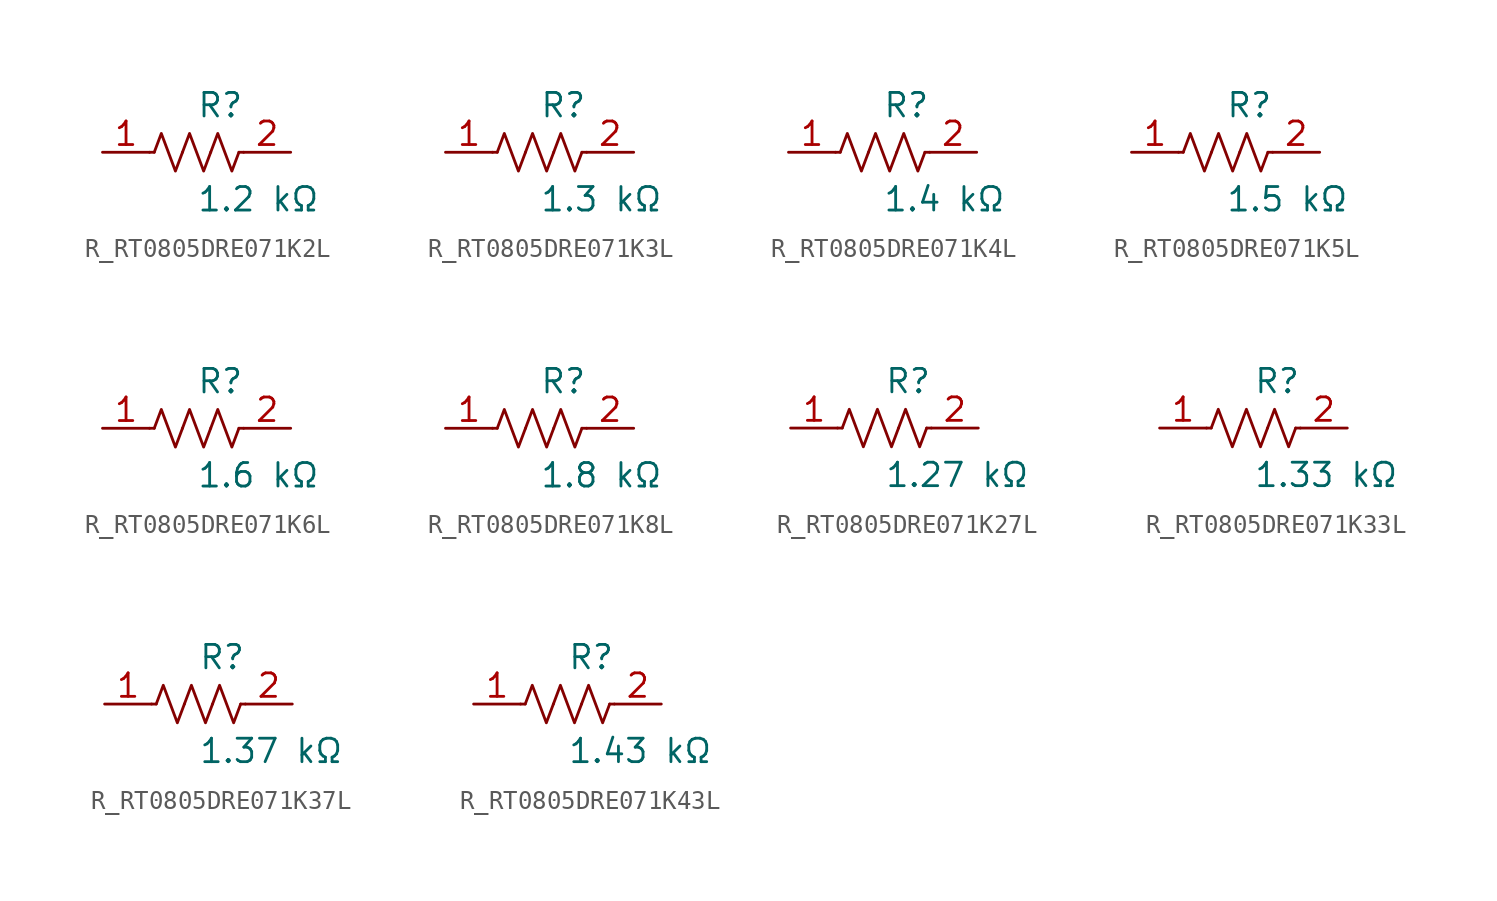
<source format=kicad_sym>
(kicad_symbol_lib
  (version 20231120)
  (generator kicad_symbol_editor)
  (generator_version 8.0)
  (symbol "R_RT0805DRE071K2L"
    (pin_names
      (offset 0.254))
    (property "Reference" "R"
      (at 0 2.54 0)
      (effects (font (size 1.27 1.27)) (justify left)))
    (property "Value" "1.2 kΩ"
      (at 0 -2.54 0)
      (effects (font (size 1.27 1.27)) (justify left)))
    (symbol "R_RT0805DRE071K2L_0_1"
      (polyline (pts (xy 2.286 0) (xy 2.54 0)) (stroke (width 0) (type default)) (fill (type none)))
      (polyline (pts (xy -2.286 0) (xy -2.54 0)) (stroke (width 0) (type default)) (fill (type none)))
      (polyline (pts (xy 0.762 0) (xy 1.143 1.016) (xy 1.524 0) (xy 1.905 -1.016) (xy 2.286 0)) (stroke (width 0) (type default)) (fill (type none)))
      (polyline (pts (xy -0.762 0) (xy -0.381 1.016) (xy 0 0) (xy 0.381 -1.016) (xy 0.762 0)) (stroke (width 0) (type default)) (fill (type none)))
      (polyline (pts (xy -2.286 0) (xy -1.905 1.016) (xy -1.524 0) (xy -1.143 -1.016) (xy -0.762 0)) (stroke (width 0) (type default)) (fill (type none))))
    (pin passive line
      (at -5.08 0 0)
      (length 2.54)
      (name "" (effects (font (size 1.27 1.27))))
      (number "1" (effects (font (size 1.27 1.27)))))
    (pin passive line
      (at 5.08 0 180)
      (length 2.54)
      (name "" (effects (font (size 1.27 1.27))))
      (number "2" (effects (font (size 1.27 1.27))))))
  (symbol "R_RT0805DRE071K3L"
    (pin_names
      (offset 0.254))
    (property "Reference" "R"
      (at 0 2.54 0)
      (effects (font (size 1.27 1.27)) (justify left)))
    (property "Value" "1.3 kΩ"
      (at 0 -2.54 0)
      (effects (font (size 1.27 1.27)) (justify left)))
    (symbol "R_RT0805DRE071K3L_0_1"
      (polyline (pts (xy 2.286 0) (xy 2.54 0)) (stroke (width 0) (type default)) (fill (type none)))
      (polyline (pts (xy -2.286 0) (xy -2.54 0)) (stroke (width 0) (type default)) (fill (type none)))
      (polyline (pts (xy 0.762 0) (xy 1.143 1.016) (xy 1.524 0) (xy 1.905 -1.016) (xy 2.286 0)) (stroke (width 0) (type default)) (fill (type none)))
      (polyline (pts (xy -0.762 0) (xy -0.381 1.016) (xy 0 0) (xy 0.381 -1.016) (xy 0.762 0)) (stroke (width 0) (type default)) (fill (type none)))
      (polyline (pts (xy -2.286 0) (xy -1.905 1.016) (xy -1.524 0) (xy -1.143 -1.016) (xy -0.762 0)) (stroke (width 0) (type default)) (fill (type none))))
    (pin passive line
      (at -5.08 0 0)
      (length 2.54)
      (name "" (effects (font (size 1.27 1.27))))
      (number "1" (effects (font (size 1.27 1.27)))))
    (pin passive line
      (at 5.08 0 180)
      (length 2.54)
      (name "" (effects (font (size 1.27 1.27))))
      (number "2" (effects (font (size 1.27 1.27))))))
  (symbol "R_RT0805DRE071K4L"
    (pin_names
      (offset 0.254))
    (property "Reference" "R"
      (at 0 2.54 0)
      (effects (font (size 1.27 1.27)) (justify left)))
    (property "Value" "1.4 kΩ"
      (at 0 -2.54 0)
      (effects (font (size 1.27 1.27)) (justify left)))
    (symbol "R_RT0805DRE071K4L_0_1"
      (polyline (pts (xy 2.286 0) (xy 2.54 0)) (stroke (width 0) (type default)) (fill (type none)))
      (polyline (pts (xy -2.286 0) (xy -2.54 0)) (stroke (width 0) (type default)) (fill (type none)))
      (polyline (pts (xy 0.762 0) (xy 1.143 1.016) (xy 1.524 0) (xy 1.905 -1.016) (xy 2.286 0)) (stroke (width 0) (type default)) (fill (type none)))
      (polyline (pts (xy -0.762 0) (xy -0.381 1.016) (xy 0 0) (xy 0.381 -1.016) (xy 0.762 0)) (stroke (width 0) (type default)) (fill (type none)))
      (polyline (pts (xy -2.286 0) (xy -1.905 1.016) (xy -1.524 0) (xy -1.143 -1.016) (xy -0.762 0)) (stroke (width 0) (type default)) (fill (type none))))
    (pin passive line
      (at -5.08 0 0)
      (length 2.54)
      (name "" (effects (font (size 1.27 1.27))))
      (number "1" (effects (font (size 1.27 1.27)))))
    (pin passive line
      (at 5.08 0 180)
      (length 2.54)
      (name "" (effects (font (size 1.27 1.27))))
      (number "2" (effects (font (size 1.27 1.27))))))
  (symbol "R_RT0805DRE071K5L"
    (pin_names
      (offset 0.254))
    (property "Reference" "R"
      (at 0 2.54 0)
      (effects (font (size 1.27 1.27)) (justify left)))
    (property "Value" "1.5 kΩ"
      (at 0 -2.54 0)
      (effects (font (size 1.27 1.27)) (justify left)))
    (symbol "R_RT0805DRE071K5L_0_1"
      (polyline (pts (xy 2.286 0) (xy 2.54 0)) (stroke (width 0) (type default)) (fill (type none)))
      (polyline (pts (xy -2.286 0) (xy -2.54 0)) (stroke (width 0) (type default)) (fill (type none)))
      (polyline (pts (xy 0.762 0) (xy 1.143 1.016) (xy 1.524 0) (xy 1.905 -1.016) (xy 2.286 0)) (stroke (width 0) (type default)) (fill (type none)))
      (polyline (pts (xy -0.762 0) (xy -0.381 1.016) (xy 0 0) (xy 0.381 -1.016) (xy 0.762 0)) (stroke (width 0) (type default)) (fill (type none)))
      (polyline (pts (xy -2.286 0) (xy -1.905 1.016) (xy -1.524 0) (xy -1.143 -1.016) (xy -0.762 0)) (stroke (width 0) (type default)) (fill (type none))))
    (pin passive line
      (at -5.08 0 0)
      (length 2.54)
      (name "" (effects (font (size 1.27 1.27))))
      (number "1" (effects (font (size 1.27 1.27)))))
    (pin passive line
      (at 5.08 0 180)
      (length 2.54)
      (name "" (effects (font (size 1.27 1.27))))
      (number "2" (effects (font (size 1.27 1.27))))))
  (symbol "R_RT0805DRE071K6L"
    (pin_names
      (offset 0.254))
    (property "Reference" "R"
      (at 0 2.54 0)
      (effects (font (size 1.27 1.27)) (justify left)))
    (property "Value" "1.6 kΩ"
      (at 0 -2.54 0)
      (effects (font (size 1.27 1.27)) (justify left)))
    (symbol "R_RT0805DRE071K6L_0_1"
      (polyline (pts (xy 2.286 0) (xy 2.54 0)) (stroke (width 0) (type default)) (fill (type none)))
      (polyline (pts (xy -2.286 0) (xy -2.54 0)) (stroke (width 0) (type default)) (fill (type none)))
      (polyline (pts (xy 0.762 0) (xy 1.143 1.016) (xy 1.524 0) (xy 1.905 -1.016) (xy 2.286 0)) (stroke (width 0) (type default)) (fill (type none)))
      (polyline (pts (xy -0.762 0) (xy -0.381 1.016) (xy 0 0) (xy 0.381 -1.016) (xy 0.762 0)) (stroke (width 0) (type default)) (fill (type none)))
      (polyline (pts (xy -2.286 0) (xy -1.905 1.016) (xy -1.524 0) (xy -1.143 -1.016) (xy -0.762 0)) (stroke (width 0) (type default)) (fill (type none))))
    (pin passive line
      (at -5.08 0 0)
      (length 2.54)
      (name "" (effects (font (size 1.27 1.27))))
      (number "1" (effects (font (size 1.27 1.27)))))
    (pin passive line
      (at 5.08 0 180)
      (length 2.54)
      (name "" (effects (font (size 1.27 1.27))))
      (number "2" (effects (font (size 1.27 1.27))))))
  (symbol "R_RT0805DRE071K8L"
    (pin_names
      (offset 0.254))
    (property "Reference" "R"
      (at 0 2.54 0)
      (effects (font (size 1.27 1.27)) (justify left)))
    (property "Value" "1.8 kΩ"
      (at 0 -2.54 0)
      (effects (font (size 1.27 1.27)) (justify left)))
    (symbol "R_RT0805DRE071K8L_0_1"
      (polyline (pts (xy 2.286 0) (xy 2.54 0)) (stroke (width 0) (type default)) (fill (type none)))
      (polyline (pts (xy -2.286 0) (xy -2.54 0)) (stroke (width 0) (type default)) (fill (type none)))
      (polyline (pts (xy 0.762 0) (xy 1.143 1.016) (xy 1.524 0) (xy 1.905 -1.016) (xy 2.286 0)) (stroke (width 0) (type default)) (fill (type none)))
      (polyline (pts (xy -0.762 0) (xy -0.381 1.016) (xy 0 0) (xy 0.381 -1.016) (xy 0.762 0)) (stroke (width 0) (type default)) (fill (type none)))
      (polyline (pts (xy -2.286 0) (xy -1.905 1.016) (xy -1.524 0) (xy -1.143 -1.016) (xy -0.762 0)) (stroke (width 0) (type default)) (fill (type none))))
    (pin passive line
      (at -5.08 0 0)
      (length 2.54)
      (name "" (effects (font (size 1.27 1.27))))
      (number "1" (effects (font (size 1.27 1.27)))))
    (pin passive line
      (at 5.08 0 180)
      (length 2.54)
      (name "" (effects (font (size 1.27 1.27))))
      (number "2" (effects (font (size 1.27 1.27))))))
  (symbol "R_RT0805DRE071K27L"
    (pin_names
      (offset 0.254))
    (property "Reference" "R"
      (at 0 2.54 0)
      (effects (font (size 1.27 1.27)) (justify left)))
    (property "Value" "1.27 kΩ"
      (at 0 -2.54 0)
      (effects (font (size 1.27 1.27)) (justify left)))
    (symbol "R_RT0805DRE071K27L_0_1"
      (polyline (pts (xy 2.286 0) (xy 2.54 0)) (stroke (width 0) (type default)) (fill (type none)))
      (polyline (pts (xy -2.286 0) (xy -2.54 0)) (stroke (width 0) (type default)) (fill (type none)))
      (polyline (pts (xy 0.762 0) (xy 1.143 1.016) (xy 1.524 0) (xy 1.905 -1.016) (xy 2.286 0)) (stroke (width 0) (type default)) (fill (type none)))
      (polyline (pts (xy -0.762 0) (xy -0.381 1.016) (xy 0 0) (xy 0.381 -1.016) (xy 0.762 0)) (stroke (width 0) (type default)) (fill (type none)))
      (polyline (pts (xy -2.286 0) (xy -1.905 1.016) (xy -1.524 0) (xy -1.143 -1.016) (xy -0.762 0)) (stroke (width 0) (type default)) (fill (type none))))
    (pin passive line
      (at -5.08 0 0)
      (length 2.54)
      (name "" (effects (font (size 1.27 1.27))))
      (number "1" (effects (font (size 1.27 1.27)))))
    (pin passive line
      (at 5.08 0 180)
      (length 2.54)
      (name "" (effects (font (size 1.27 1.27))))
      (number "2" (effects (font (size 1.27 1.27))))))
  (symbol "R_RT0805DRE071K33L"
    (pin_names
      (offset 0.254))
    (property "Reference" "R"
      (at 0 2.54 0)
      (effects (font (size 1.27 1.27)) (justify left)))
    (property "Value" "1.33 kΩ"
      (at 0 -2.54 0)
      (effects (font (size 1.27 1.27)) (justify left)))
    (symbol "R_RT0805DRE071K33L_0_1"
      (polyline (pts (xy 2.286 0) (xy 2.54 0)) (stroke (width 0) (type default)) (fill (type none)))
      (polyline (pts (xy -2.286 0) (xy -2.54 0)) (stroke (width 0) (type default)) (fill (type none)))
      (polyline (pts (xy 0.762 0) (xy 1.143 1.016) (xy 1.524 0) (xy 1.905 -1.016) (xy 2.286 0)) (stroke (width 0) (type default)) (fill (type none)))
      (polyline (pts (xy -0.762 0) (xy -0.381 1.016) (xy 0 0) (xy 0.381 -1.016) (xy 0.762 0)) (stroke (width 0) (type default)) (fill (type none)))
      (polyline (pts (xy -2.286 0) (xy -1.905 1.016) (xy -1.524 0) (xy -1.143 -1.016) (xy -0.762 0)) (stroke (width 0) (type default)) (fill (type none))))
    (pin passive line
      (at -5.08 0 0)
      (length 2.54)
      (name "" (effects (font (size 1.27 1.27))))
      (number "1" (effects (font (size 1.27 1.27)))))
    (pin passive line
      (at 5.08 0 180)
      (length 2.54)
      (name "" (effects (font (size 1.27 1.27))))
      (number "2" (effects (font (size 1.27 1.27))))))
  (symbol "R_RT0805DRE071K37L"
    (pin_names
      (offset 0.254))
    (property "Reference" "R"
      (at 0 2.54 0)
      (effects (font (size 1.27 1.27)) (justify left)))
    (property "Value" "1.37 kΩ"
      (at 0 -2.54 0)
      (effects (font (size 1.27 1.27)) (justify left)))
    (symbol "R_RT0805DRE071K37L_0_1"
      (polyline (pts (xy 2.286 0) (xy 2.54 0)) (stroke (width 0) (type default)) (fill (type none)))
      (polyline (pts (xy -2.286 0) (xy -2.54 0)) (stroke (width 0) (type default)) (fill (type none)))
      (polyline (pts (xy 0.762 0) (xy 1.143 1.016) (xy 1.524 0) (xy 1.905 -1.016) (xy 2.286 0)) (stroke (width 0) (type default)) (fill (type none)))
      (polyline (pts (xy -0.762 0) (xy -0.381 1.016) (xy 0 0) (xy 0.381 -1.016) (xy 0.762 0)) (stroke (width 0) (type default)) (fill (type none)))
      (polyline (pts (xy -2.286 0) (xy -1.905 1.016) (xy -1.524 0) (xy -1.143 -1.016) (xy -0.762 0)) (stroke (width 0) (type default)) (fill (type none))))
    (pin passive line
      (at -5.08 0 0)
      (length 2.54)
      (name "" (effects (font (size 1.27 1.27))))
      (number "1" (effects (font (size 1.27 1.27)))))
    (pin passive line
      (at 5.08 0 180)
      (length 2.54)
      (name "" (effects (font (size 1.27 1.27))))
      (number "2" (effects (font (size 1.27 1.27))))))
  (symbol "R_RT0805DRE071K43L"
    (pin_names
      (offset 0.254))
    (property "Reference" "R"
      (at 0 2.54 0)
      (effects (font (size 1.27 1.27)) (justify left)))
    (property "Value" "1.43 kΩ"
      (at 0 -2.54 0)
      (effects (font (size 1.27 1.27)) (justify left)))
    (symbol "R_RT0805DRE071K43L_0_1"
      (polyline (pts (xy 2.286 0) (xy 2.54 0)) (stroke (width 0) (type default)) (fill (type none)))
      (polyline (pts (xy -2.286 0) (xy -2.54 0)) (stroke (width 0) (type default)) (fill (type none)))
      (polyline (pts (xy 0.762 0) (xy 1.143 1.016) (xy 1.524 0) (xy 1.905 -1.016) (xy 2.286 0)) (stroke (width 0) (type default)) (fill (type none)))
      (polyline (pts (xy -0.762 0) (xy -0.381 1.016) (xy 0 0) (xy 0.381 -1.016) (xy 0.762 0)) (stroke (width 0) (type default)) (fill (type none)))
      (polyline (pts (xy -2.286 0) (xy -1.905 1.016) (xy -1.524 0) (xy -1.143 -1.016) (xy -0.762 0)) (stroke (width 0) (type default)) (fill (type none))))
    (pin passive line
      (at -5.08 0 0)
      (length 2.54)
      (name "" (effects (font (size 1.27 1.27))))
      (number "1" (effects (font (size 1.27 1.27)))))
    (pin passive line
      (at 5.08 0 180)
      (length 2.54)
      (name "" (effects (font (size 1.27 1.27))))
      (number "2" (effects (font (size 1.27 1.27)))))))
</source>
